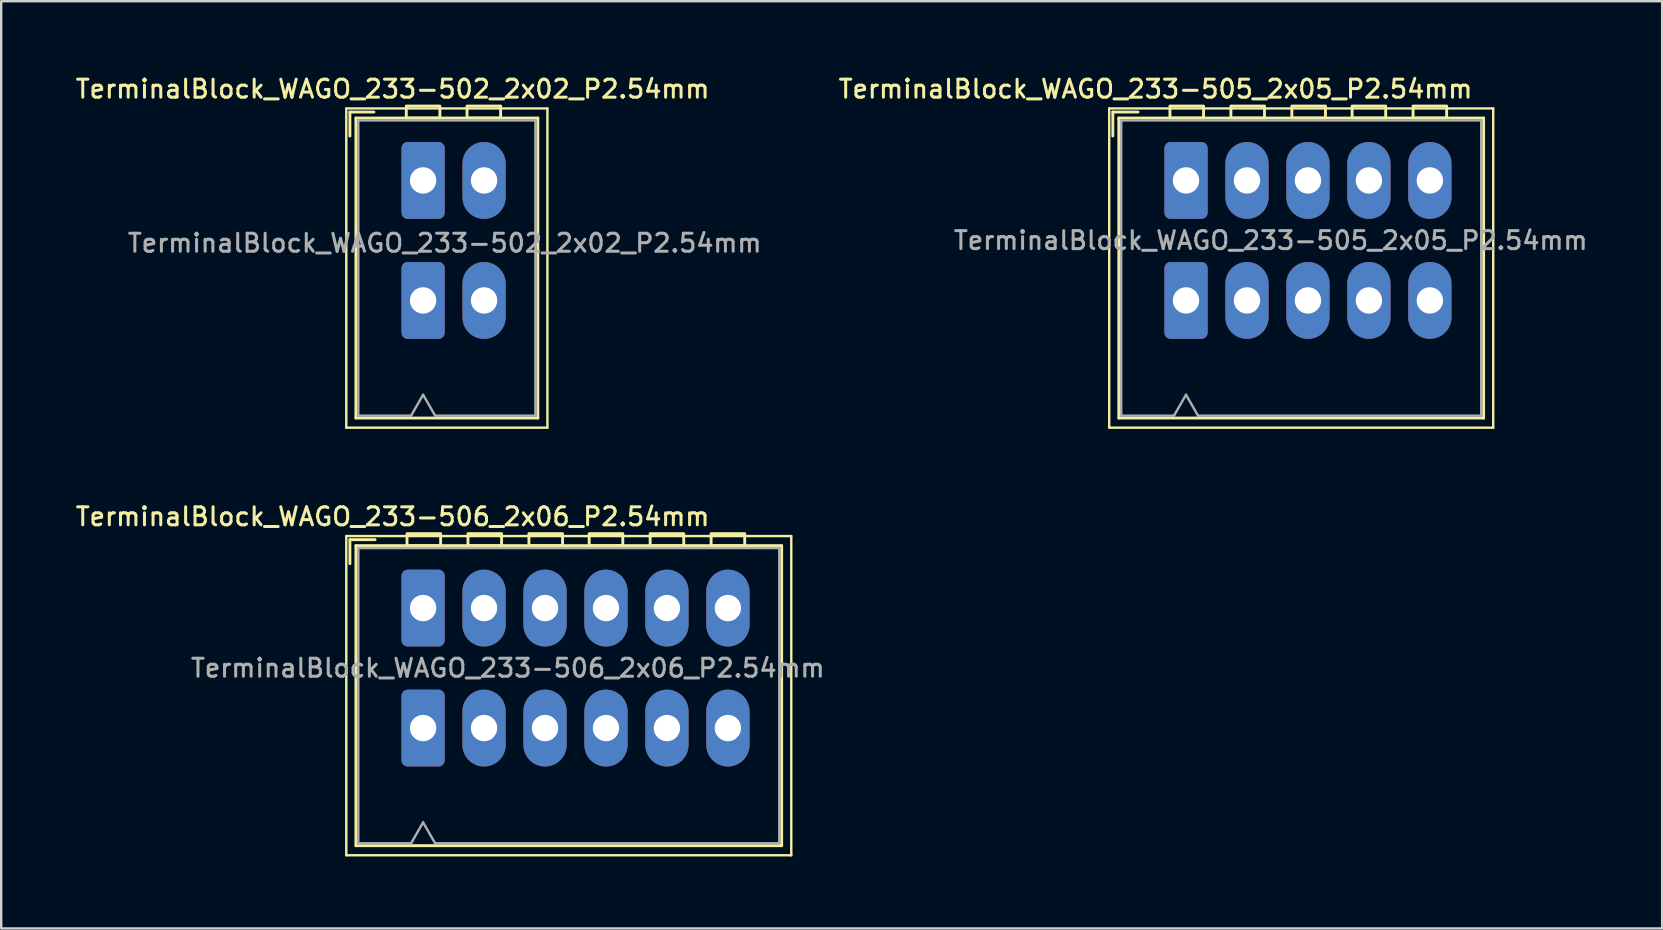
<source format=kicad_pcb>
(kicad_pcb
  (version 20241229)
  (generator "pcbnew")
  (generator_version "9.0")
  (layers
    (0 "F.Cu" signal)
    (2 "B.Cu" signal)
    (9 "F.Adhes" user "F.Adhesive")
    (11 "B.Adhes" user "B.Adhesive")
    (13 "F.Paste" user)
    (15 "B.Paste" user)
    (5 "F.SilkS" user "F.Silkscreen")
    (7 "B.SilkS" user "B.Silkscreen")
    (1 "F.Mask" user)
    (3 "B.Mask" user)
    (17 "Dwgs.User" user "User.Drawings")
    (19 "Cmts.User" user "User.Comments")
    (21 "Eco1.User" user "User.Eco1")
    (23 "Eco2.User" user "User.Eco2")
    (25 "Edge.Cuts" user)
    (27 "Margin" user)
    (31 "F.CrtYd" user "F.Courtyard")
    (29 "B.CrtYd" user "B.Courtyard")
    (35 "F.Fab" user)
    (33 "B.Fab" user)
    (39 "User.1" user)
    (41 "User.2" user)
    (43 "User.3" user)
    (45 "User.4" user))
  (footprint "TerminalBlock_WAGO_233-502_2x02_P2.54mm"
    (layer "F.Cu")
    (at 14.579 4.468)
    (property "Reference" "TerminalBlock_WAGO_233-502_2x02_P2.54mm" (at -1.27 -3.81 0) (layer "F.SilkS") (effects (font (size 0.75 0.75) (thickness 0.125))))
    (attr through_hole)
    (fp_line (start -3.2 -3) (end 5.18 -3) (stroke (width 0.1) (type solid)) (layer "F.SilkS"))
    (fp_line (start -3.2 10.3) (end -3.2 -3) (stroke (width 0.1) (type solid)) (layer "F.SilkS"))
    (fp_line (start -3.05 -2.85) (end -2.05 -2.85) (stroke (width 0.12) (type default)) (layer "F.SilkS"))
    (fp_line (start -3.05 -1.85) (end -3.05 -2.85) (stroke (width 0.12) (type default)) (layer "F.SilkS"))
    (fp_line (start -2.8 -2.6) (end 4.78 -2.6) (stroke (width 0.12) (type solid)) (layer "F.SilkS"))
    (fp_line (start -2.8 9.9) (end -2.8 -2.6) (stroke (width 0.12) (type solid)) (layer "F.SilkS"))
    (fp_line (start 4.78 -2.6) (end 4.78 9.9) (stroke (width 0.12) (type solid)) (layer "F.SilkS"))
    (fp_line (start 4.78 9.9) (end -2.8 9.9) (stroke (width 0.12) (type solid)) (layer "F.SilkS"))
    (fp_line (start 5.18 -3) (end 5.18 10.3) (stroke (width 0.1) (type solid)) (layer "F.SilkS"))
    (fp_line (start 5.18 10.3) (end -3.2 10.3) (stroke (width 0.1) (type solid)) (layer "F.SilkS"))
    (fp_rect (start -0.7 -3.1) (end 0.7 -2.6) (stroke (width 0.12) (type default)) (fill no) (layer "F.SilkS"))
    (fp_rect (start 1.83 -3.1) (end 3.23 -2.6) (stroke (width 0.12) (type default)) (fill no) (layer "F.SilkS"))
    (fp_line (start -2.7 -2.5) (end 4.68 -2.5) (stroke (width 0.1) (type default)) (layer "F.Fab"))
    (fp_line (start -2.7 9.8) (end -2.7 -2.5) (stroke (width 0.1) (type default)) (layer "F.Fab"))
    (fp_line (start -0.5 9.8) (end -2.7 9.8) (stroke (width 0.1) (type default)) (layer "F.Fab"))
    (fp_line (start 0 8.93) (end -0.5 9.8) (stroke (width 0.1) (type default)) (layer "F.Fab"))
    (fp_line (start 0.5 9.8) (end 0 8.93) (stroke (width 0.1) (type default)) (layer "F.Fab"))
    (fp_line (start 4.68 -2.5) (end 4.68 9.8) (stroke (width 0.1) (type default)) (layer "F.Fab"))
    (fp_line (start 4.68 9.8) (end 0.5 9.8) (stroke (width 0.1) (type default)) (layer "F.Fab"))
    (fp_text user "${REFERENCE}" (at 0.9 2.61 0) (layer "F.Fab") (effects (font (size 0.75 0.75) (thickness 0.125))))
    (pad "1" thru_hole roundrect (at 0 0) (size 1.8 3.2) (drill 1.1) (layers "*.Cu" "*.Mask") (roundrect_rratio 0.139))
    (pad "1" thru_hole roundrect (at 0 5) (size 1.8 3.2) (drill 1.1) (layers "*.Cu" "*.Mask") (roundrect_rratio 0.139))
    (pad "2" thru_hole oval (at 2.54 0) (size 1.8 3.2) (drill 1.1) (layers "*.Cu" "*.Mask"))
    (pad "2" thru_hole oval (at 2.54 5) (size 1.8 3.2) (drill 1.1) (layers "*.Cu" "*.Mask")))
  (footprint "TerminalBlock_WAGO_233-505_2x05_P2.54mm"
    (layer "F.Cu")
    (at 46.367 4.468)
    (property "Reference" "TerminalBlock_WAGO_233-505_2x05_P2.54mm" (at -1.27 -3.81 0) (layer "F.SilkS") (effects (font (size 0.75 0.75) (thickness 0.125))))
    (attr through_hole)
    (fp_line (start -3.2 -3) (end 12.8 -3) (stroke (width 0.1) (type solid)) (layer "F.SilkS"))
    (fp_line (start -3.2 10.3) (end -3.2 -3) (stroke (width 0.1) (type solid)) (layer "F.SilkS"))
    (fp_line (start -3.05 -2.85) (end -3.05 -1.85) (stroke (width 0.12) (type default)) (layer "F.SilkS"))
    (fp_line (start -3.05 -2.85) (end -2 -2.85) (stroke (width 0.12) (type default)) (layer "F.SilkS"))
    (fp_line (start -2.8 -2.6) (end 12.4 -2.6) (stroke (width 0.12) (type solid)) (layer "F.SilkS"))
    (fp_line (start -2.8 9.9) (end -2.8 -2.6) (stroke (width 0.12) (type solid)) (layer "F.SilkS"))
    (fp_line (start 12.4 -2.6) (end 12.4 9.9) (stroke (width 0.12) (type solid)) (layer "F.SilkS"))
    (fp_line (start 12.4 9.9) (end -2.8 9.9) (stroke (width 0.12) (type solid)) (layer "F.SilkS"))
    (fp_line (start 12.8 -3) (end 12.8 10.3) (stroke (width 0.1) (type solid)) (layer "F.SilkS"))
    (fp_line (start 12.8 10.3) (end -3.2 10.3) (stroke (width 0.1) (type solid)) (layer "F.SilkS"))
    (fp_rect (start -0.67 -3.1) (end 0.73 -2.6) (stroke (width 0.12) (type default)) (fill no) (layer "F.SilkS"))
    (fp_rect (start 1.87 -3.1) (end 3.27 -2.6) (stroke (width 0.12) (type default)) (fill no) (layer "F.SilkS"))
    (fp_rect (start 4.41 -3.1) (end 5.81 -2.6) (stroke (width 0.12) (type default)) (fill no) (layer "F.SilkS"))
    (fp_rect (start 6.92 -3.1) (end 8.32 -2.6) (stroke (width 0.12) (type default)) (fill no) (layer "F.SilkS"))
    (fp_rect (start 9.46 -3.1) (end 10.86 -2.6) (stroke (width 0.12) (type default)) (fill no) (layer "F.SilkS"))
    (fp_line (start -2.7 -2.5) (end 12.3 -2.5) (stroke (width 0.1) (type default)) (layer "F.Fab"))
    (fp_line (start -2.7 9.8) (end -2.7 -2.5) (stroke (width 0.1) (type default)) (layer "F.Fab"))
    (fp_line (start -2.7 9.8) (end -0.5 9.8) (stroke (width 0.1) (type default)) (layer "F.Fab"))
    (fp_line (start 0 8.93) (end -0.5 9.8) (stroke (width 0.1) (type default)) (layer "F.Fab"))
    (fp_line (start 0.5 9.8) (end 0 8.93) (stroke (width 0.1) (type default)) (layer "F.Fab"))
    (fp_line (start 0.5 9.8) (end 12.3 9.8) (stroke (width 0.1) (type default)) (layer "F.Fab"))
    (fp_line (start 12.3 -2.5) (end 12.3 9.8) (stroke (width 0.1) (type default)) (layer "F.Fab"))
    (fp_text user "${REFERENCE}" (at 3.53 2.5 0) (layer "F.Fab") (effects (font (size 0.75 0.75) (thickness 0.125))))
    (pad "1" thru_hole roundrect (at 0 0) (size 1.8 3.2) (drill 1.1) (layers "*.Cu" "*.Mask") (roundrect_rratio 0.139))
    (pad "1" thru_hole roundrect (at 0 5) (size 1.8 3.2) (drill 1.1) (layers "*.Cu" "*.Mask") (roundrect_rratio 0.139))
    (pad "2" thru_hole oval (at 2.54 0) (size 1.8 3.2) (drill 1.1) (layers "*.Cu" "*.Mask"))
    (pad "2" thru_hole oval (at 2.54 5) (size 1.8 3.2) (drill 1.1) (layers "*.Cu" "*.Mask"))
    (pad "3" thru_hole oval (at 5.08 0) (size 1.8 3.2) (drill 1.1) (layers "*.Cu" "*.Mask"))
    (pad "3" thru_hole oval (at 5.08 5) (size 1.8 3.2) (drill 1.1) (layers "*.Cu" "*.Mask"))
    (pad "4" thru_hole oval (at 7.62 0) (size 1.8 3.2) (drill 1.1) (layers "*.Cu" "*.Mask"))
    (pad "4" thru_hole oval (at 7.62 5) (size 1.8 3.2) (drill 1.1) (layers "*.Cu" "*.Mask"))
    (pad "5" thru_hole oval (at 10.16 0) (size 1.8 3.2) (drill 1.1) (layers "*.Cu" "*.Mask"))
    (pad "5" thru_hole oval (at 10.16 5) (size 1.8 3.2) (drill 1.1) (layers "*.Cu" "*.Mask")))
  (footprint "TerminalBlock_WAGO_233-506_2x06_P2.54mm"
    (layer "F.Cu")
    (at 14.579 22.286)
    (property "Reference" "TerminalBlock_WAGO_233-506_2x06_P2.54mm" (at -1.27 -3.81 0) (layer "F.SilkS") (effects (font (size 0.75 0.75) (thickness 0.125))))
    (attr through_hole)
    (fp_line (start -3.2 -3) (end 15.34 -3) (stroke (width 0.1) (type solid)) (layer "F.SilkS"))
    (fp_line (start -3.2 10.3) (end -3.2 -3) (stroke (width 0.1) (type solid)) (layer "F.SilkS"))
    (fp_line (start -3.05 -2.85) (end -3.05 -1.85) (stroke (width 0.12) (type default)) (layer "F.SilkS"))
    (fp_line (start -3.05 -2.85) (end -2 -2.85) (stroke (width 0.12) (type default)) (layer "F.SilkS"))
    (fp_line (start -2.8 -2.6) (end 14.94 -2.6) (stroke (width 0.12) (type solid)) (layer "F.SilkS"))
    (fp_line (start -2.8 9.9) (end -2.8 -2.6) (stroke (width 0.12) (type solid)) (layer "F.SilkS"))
    (fp_line (start 14.94 -2.6) (end 14.94 9.9) (stroke (width 0.12) (type solid)) (layer "F.SilkS"))
    (fp_line (start 14.94 9.9) (end -2.8 9.9) (stroke (width 0.12) (type solid)) (layer "F.SilkS"))
    (fp_line (start 15.34 -3) (end 15.34 10.3) (stroke (width 0.1) (type solid)) (layer "F.SilkS"))
    (fp_line (start 15.34 10.3) (end -3.2 10.3) (stroke (width 0.1) (type solid)) (layer "F.SilkS"))
    (fp_rect (start -0.67 -3.1) (end 0.73 -2.6) (stroke (width 0.12) (type default)) (fill no) (layer "F.SilkS"))
    (fp_rect (start 1.87 -3.1) (end 3.27 -2.6) (stroke (width 0.12) (type default)) (fill no) (layer "F.SilkS"))
    (fp_rect (start 4.41 -3.1) (end 5.81 -2.6) (stroke (width 0.12) (type default)) (fill no) (layer "F.SilkS"))
    (fp_rect (start 6.92 -3.1) (end 8.32 -2.6) (stroke (width 0.12) (type default)) (fill no) (layer "F.SilkS"))
    (fp_rect (start 9.46 -3.101) (end 10.86 -2.601) (stroke (width 0.12) (type default)) (fill no) (layer "F.SilkS"))
    (fp_rect (start 12 -3.101) (end 13.4 -2.601) (stroke (width 0.12) (type default)) (fill no) (layer "F.SilkS"))
    (fp_line (start -2.7 -2.5) (end 14.84 -2.5) (stroke (width 0.1) (type default)) (layer "F.Fab"))
    (fp_line (start -2.7 9.8) (end -2.7 -2.5) (stroke (width 0.1) (type default)) (layer "F.Fab"))
    (fp_line (start -2.7 9.8) (end -0.5 9.8) (stroke (width 0.1) (type default)) (layer "F.Fab"))
    (fp_line (start 0 8.93) (end -0.5 9.8) (stroke (width 0.1) (type default)) (layer "F.Fab"))
    (fp_line (start 0.5 9.8) (end 0 8.93) (stroke (width 0.1) (type default)) (layer "F.Fab"))
    (fp_line (start 0.5 9.8) (end 14.84 9.8) (stroke (width 0.1) (type default)) (layer "F.Fab"))
    (fp_line (start 14.84 -2.5) (end 14.84 9.8) (stroke (width 0.1) (type default)) (layer "F.Fab"))
    (fp_text user "${REFERENCE}" (at 3.53 2.5 0) (layer "F.Fab") (effects (font (size 0.75 0.75) (thickness 0.125))))
    (pad "1" thru_hole roundrect (at 0 0) (size 1.8 3.2) (drill 1.1) (layers "*.Cu" "*.Mask") (roundrect_rratio 0.139))
    (pad "1" thru_hole roundrect (at 0 5) (size 1.8 3.2) (drill 1.1) (layers "*.Cu" "*.Mask") (roundrect_rratio 0.139))
    (pad "2" thru_hole oval (at 2.54 0) (size 1.8 3.2) (drill 1.1) (layers "*.Cu" "*.Mask"))
    (pad "2" thru_hole oval (at 2.54 5) (size 1.8 3.2) (drill 1.1) (layers "*.Cu" "*.Mask"))
    (pad "3" thru_hole oval (at 5.08 0) (size 1.8 3.2) (drill 1.1) (layers "*.Cu" "*.Mask"))
    (pad "3" thru_hole oval (at 5.08 5) (size 1.8 3.2) (drill 1.1) (layers "*.Cu" "*.Mask"))
    (pad "4" thru_hole oval (at 7.62 0) (size 1.8 3.2) (drill 1.1) (layers "*.Cu" "*.Mask"))
    (pad "4" thru_hole oval (at 7.62 5) (size 1.8 3.2) (drill 1.1) (layers "*.Cu" "*.Mask"))
    (pad "5" thru_hole oval (at 10.16 0) (size 1.8 3.2) (drill 1.1) (layers "*.Cu" "*.Mask"))
    (pad "5" thru_hole oval (at 10.16 5) (size 1.8 3.2) (drill 1.1) (layers "*.Cu" "*.Mask"))
    (pad "6" thru_hole oval (at 12.7 0) (size 1.8 3.2) (drill 1.1) (layers "*.Cu" "*.Mask"))
    (pad "6" thru_hole oval (at 12.7 5) (size 1.8 3.2) (drill 1.1) (layers "*.Cu" "*.Mask")))
  (gr_rect
    (start -3 -3)
    (end 66.206 35.636)
    (stroke (width 0.1) (type default))
    (fill no)
    (layer "Edge.Cuts")))
</source>
